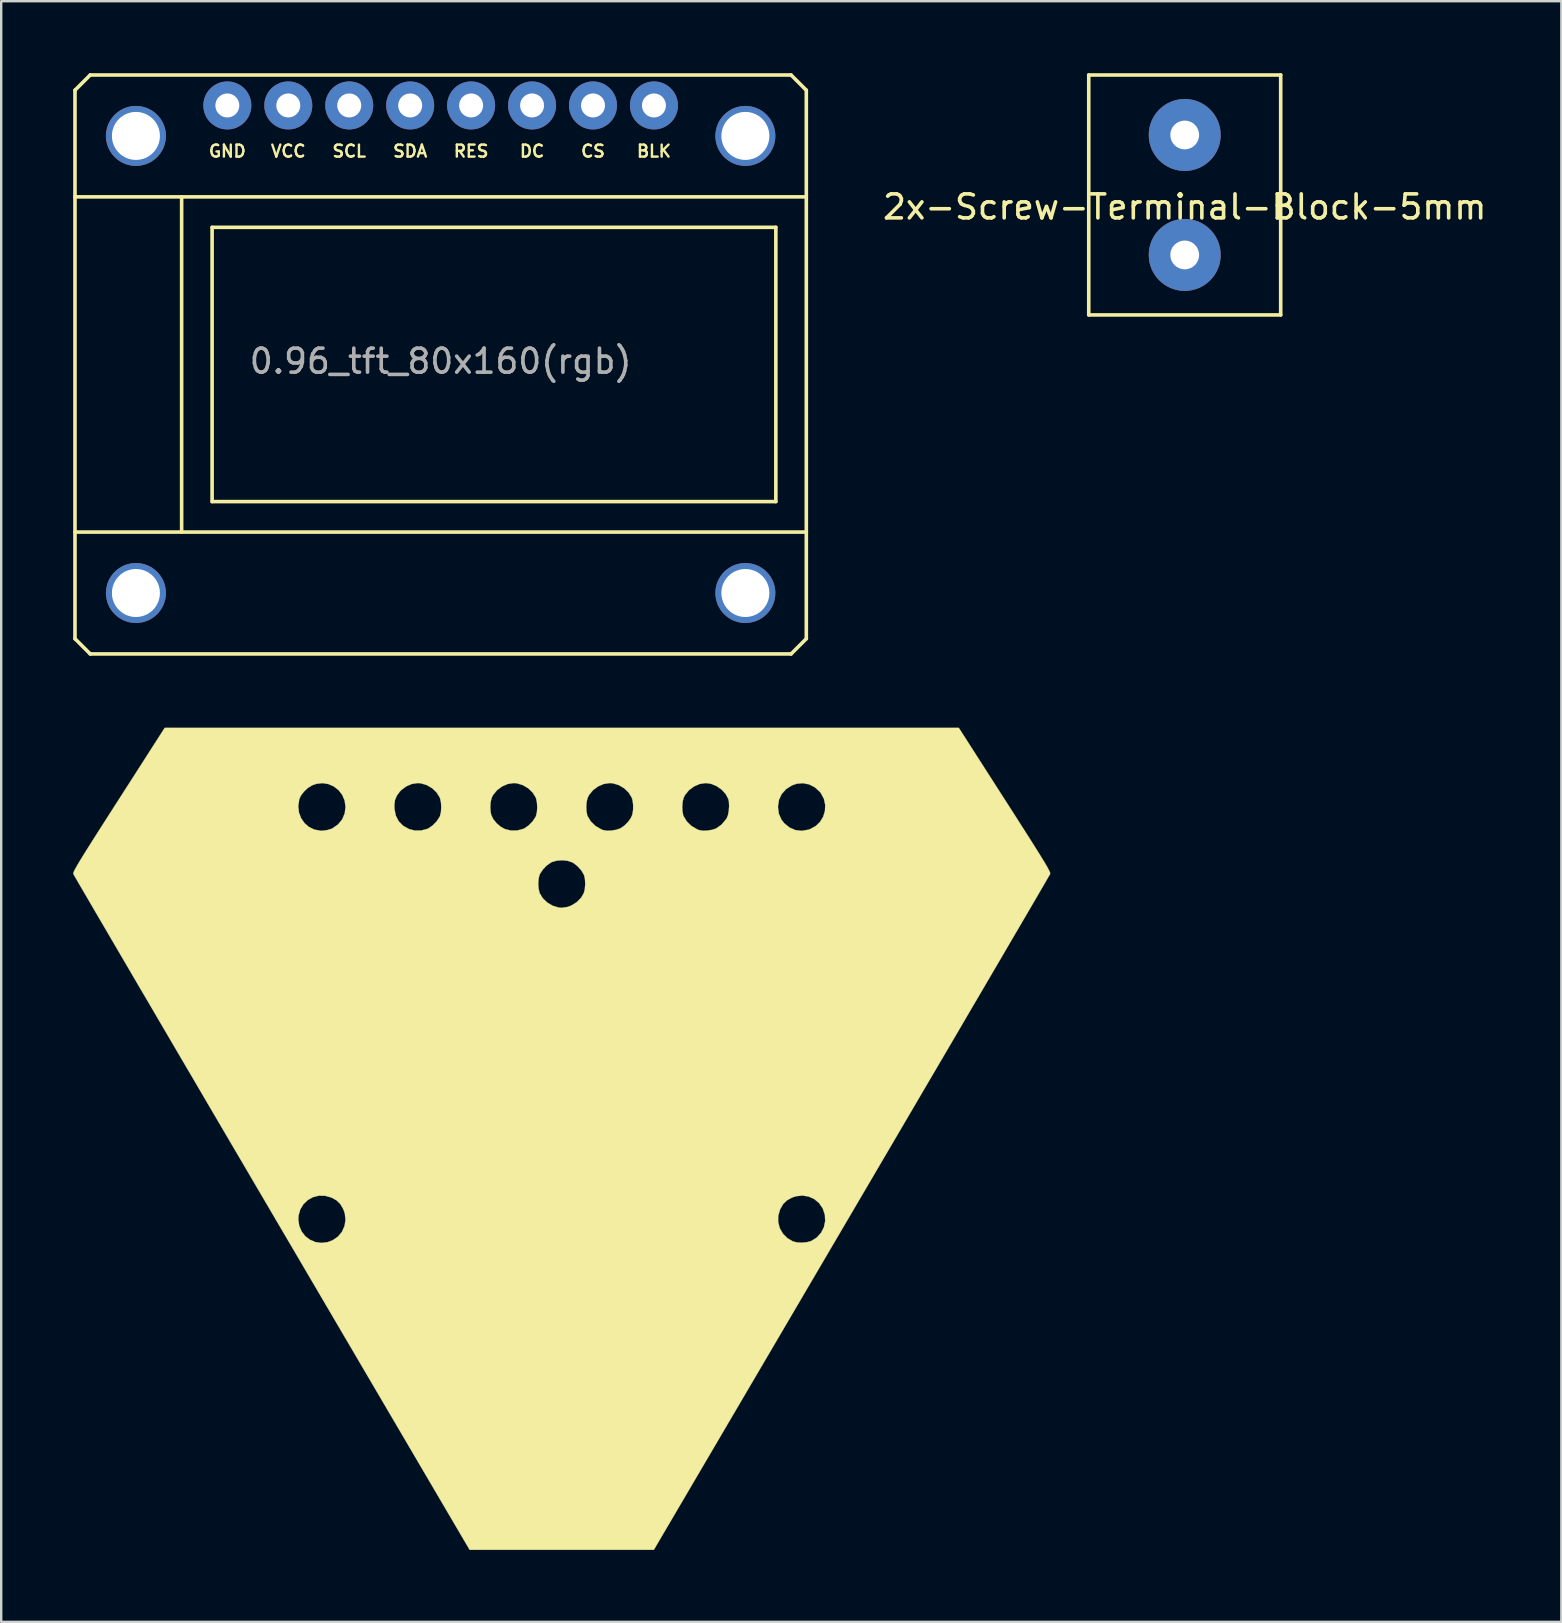
<source format=kicad_pcb>
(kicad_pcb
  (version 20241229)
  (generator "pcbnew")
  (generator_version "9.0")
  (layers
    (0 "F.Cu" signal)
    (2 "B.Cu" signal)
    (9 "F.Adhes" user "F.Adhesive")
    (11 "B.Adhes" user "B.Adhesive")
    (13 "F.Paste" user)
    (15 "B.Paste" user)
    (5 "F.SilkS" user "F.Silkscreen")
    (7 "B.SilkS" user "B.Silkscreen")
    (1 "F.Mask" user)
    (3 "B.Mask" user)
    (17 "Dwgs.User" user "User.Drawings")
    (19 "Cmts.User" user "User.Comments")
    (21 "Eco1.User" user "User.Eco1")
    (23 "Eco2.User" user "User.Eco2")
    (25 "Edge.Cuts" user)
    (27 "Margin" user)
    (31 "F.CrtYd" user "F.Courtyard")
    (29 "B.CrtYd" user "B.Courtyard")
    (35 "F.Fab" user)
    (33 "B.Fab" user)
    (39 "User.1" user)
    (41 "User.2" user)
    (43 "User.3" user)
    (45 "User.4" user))
  (footprint "18650-pcb"
    (layer "F.Cu")
    (at 20.342 44.385)
    (property "Reference" "18650-pcb" (at 0 0 0) (layer "F.SilkS") (effects (font (size 1.524 1.524) (thickness 0.3))))
    (attr through_hole)
    (fp_poly (pts (xy 18.49 -14.103) (xy 18.826 -13.58) (xy 19.12 -13.119) (xy 19.377 -12.717) (xy 19.597 -12.37) (xy 19.784 -12.073) (xy 19.94 -11.824) (xy 20.068 -11.617) (xy 20.17 -11.448) (xy 20.248 -11.314) (xy 20.305 -11.21) (xy 20.344 -11.132) (xy 20.367 -11.076) (xy 20.377 -11.038) (xy 20.376 -11.014) (xy 20.375 -11.012) (xy 20.353 -10.971) (xy 20.291 -10.864) (xy 20.192 -10.692) (xy 20.056 -10.458) (xy 19.885 -10.164) (xy 19.68 -9.813) (xy 19.443 -9.407) (xy 19.174 -8.948) (xy 18.876 -8.439) (xy 18.55 -7.881) (xy 18.197 -7.277) (xy 17.818 -6.63) (xy 17.415 -5.942) (xy 16.988 -5.215) (xy 16.541 -4.45) (xy 16.073 -3.652) (xy 15.586 -2.822) (xy 15.081 -1.962) (xy 14.561 -1.074) (xy 14.026 -0.162) (xy 13.477 0.774) (xy 12.916 1.73) (xy 12.344 2.704) (xy 12.1 3.12) (xy 3.86 17.156) (xy -3.82 17.156) (xy -11.908 3.378) (xy -10.959 3.378) (xy -10.922 3.651) (xy -10.821 3.889) (xy -10.667 4.087) (xy -10.47 4.236) (xy -10.241 4.332) (xy -9.991 4.366) (xy -9.73 4.333) (xy -9.527 4.256) (xy -9.306 4.104) (xy -9.141 3.904) (xy -9.035 3.668) (xy -9.007 3.501) (xy 9.041 3.501) (xy 9.107 3.753) (xy 9.238 3.98) (xy 9.427 4.17) (xy 9.65 4.3) (xy 9.817 4.344) (xy 10.023 4.356) (xy 10.231 4.338) (xy 10.408 4.291) (xy 10.421 4.285) (xy 10.651 4.14) (xy 10.827 3.945) (xy 10.945 3.713) (xy 10.999 3.459) (xy 10.986 3.195) (xy 10.9 2.935) (xy 10.896 2.927) (xy 10.743 2.704) (xy 10.543 2.538) (xy 10.307 2.433) (xy 10.049 2.392) (xy 9.781 2.422) (xy 9.614 2.478) (xy 9.402 2.596) (xy 9.244 2.752) (xy 9.122 2.966) (xy 9.119 2.972) (xy 9.043 3.237) (xy 9.041 3.501) (xy -9.007 3.501) (xy -8.993 3.411) (xy -9.02 3.146) (xy -9.079 2.972) (xy -9.201 2.757) (xy -9.357 2.599) (xy -9.568 2.48) (xy -9.574 2.478) (xy -9.841 2.402) (xy -10.102 2.398) (xy -10.346 2.459) (xy -10.563 2.579) (xy -10.743 2.75) (xy -10.875 2.966) (xy -10.948 3.219) (xy -10.959 3.378) (xy -11.908 3.378) (xy -12.06 3.119) (xy -12.636 2.138) (xy -13.201 1.174) (xy -13.756 0.23) (xy -14.297 -0.693) (xy -14.824 -1.591) (xy -15.335 -2.463) (xy -15.83 -3.306) (xy -16.306 -4.118) (xy -16.762 -4.897) (xy -17.197 -5.64) (xy -17.611 -6.345) (xy -18 -7.01) (xy -18.364 -7.632) (xy -18.702 -8.21) (xy -19.012 -8.74) (xy -19.293 -9.22) (xy -19.544 -9.649) (xy -19.762 -10.024) (xy -19.948 -10.342) (xy -20.099 -10.601) (xy -20.111 -10.621) (xy -0.958 -10.621) (xy -0.947 -10.419) (xy -0.911 -10.245) (xy -0.898 -10.209) (xy -0.769 -9.997) (xy -0.582 -9.818) (xy -0.357 -9.686) (xy -0.112 -9.612) (xy 0.02 -9.601) (xy 0.255 -9.635) (xy 0.42 -9.695) (xy 0.648 -9.839) (xy 0.83 -10.025) (xy 0.938 -10.209) (xy 0.98 -10.369) (xy 0.997 -10.568) (xy 0.99 -10.769) (xy 0.958 -10.939) (xy 0.945 -10.974) (xy 0.838 -11.156) (xy 0.682 -11.33) (xy 0.505 -11.468) (xy 0.464 -11.491) (xy 0.271 -11.557) (xy 0.043 -11.582) (xy -0.189 -11.565) (xy -0.391 -11.507) (xy -0.424 -11.491) (xy -0.602 -11.366) (xy -0.765 -11.198) (xy -0.886 -11.015) (xy -0.905 -10.974) (xy -0.944 -10.818) (xy -0.958 -10.621) (xy -20.111 -10.621) (xy -20.214 -10.799) (xy -20.292 -10.934) (xy -20.331 -11.003) (xy -20.335 -11.012) (xy -20.337 -11.035) (xy -20.329 -11.072) (xy -20.307 -11.126) (xy -20.269 -11.202) (xy -20.213 -11.304) (xy -20.136 -11.436) (xy -20.036 -11.602) (xy -19.911 -11.806) (xy -19.757 -12.053) (xy -19.572 -12.346) (xy -19.354 -12.689) (xy -19.1 -13.087) (xy -18.808 -13.543) (xy -18.615 -13.844) (xy -10.961 -13.844) (xy -10.934 -13.58) (xy -10.845 -13.339) (xy -10.703 -13.133) (xy -10.515 -12.969) (xy -10.289 -12.86) (xy -10.032 -12.813) (xy -9.917 -12.815) (xy -9.757 -12.84) (xy -9.6 -12.885) (xy -9.537 -12.912) (xy -9.304 -13.074) (xy -9.132 -13.284) (xy -9.026 -13.533) (xy -8.992 -13.8) (xy -9.002 -13.876) (xy -6.956 -13.876) (xy -6.951 -13.723) (xy -6.896 -13.442) (xy -6.775 -13.207) (xy -6.59 -13.019) (xy -6.341 -12.88) (xy -6.336 -12.878) (xy -6.094 -12.819) (xy -5.835 -12.823) (xy -5.591 -12.887) (xy -5.533 -12.913) (xy -5.358 -13.035) (xy -5.195 -13.202) (xy -5.074 -13.384) (xy -5.055 -13.426) (xy -5.016 -13.582) (xy -5.002 -13.779) (xy -5.004 -13.808) (xy -2.958 -13.808) (xy -2.944 -13.594) (xy -2.919 -13.475) (xy -2.838 -13.302) (xy -2.701 -13.131) (xy -2.53 -12.983) (xy -2.349 -12.882) (xy -2.097 -12.82) (xy -1.833 -12.823) (xy -1.586 -12.889) (xy -1.533 -12.913) (xy -1.358 -13.035) (xy -1.195 -13.202) (xy -1.074 -13.384) (xy -1.055 -13.426) (xy -1.016 -13.582) (xy -1.002 -13.779) (xy -1.005 -13.832) (xy 1.043 -13.832) (xy 1.05 -13.631) (xy 1.082 -13.461) (xy 1.095 -13.426) (xy 1.229 -13.203) (xy 1.423 -13.014) (xy 1.661 -12.873) (xy 1.76 -12.835) (xy 1.906 -12.813) (xy 2.092 -12.819) (xy 2.283 -12.851) (xy 2.446 -12.904) (xy 2.469 -12.914) (xy 2.628 -13.023) (xy 2.778 -13.173) (xy 2.898 -13.338) (xy 2.96 -13.477) (xy 2.993 -13.674) (xy 2.995 -13.832) (xy 5.043 -13.832) (xy 5.05 -13.631) (xy 5.082 -13.461) (xy 5.095 -13.426) (xy 5.229 -13.203) (xy 5.423 -13.014) (xy 5.661 -12.873) (xy 5.76 -12.835) (xy 5.905 -12.813) (xy 6.089 -12.819) (xy 6.279 -12.849) (xy 6.439 -12.901) (xy 6.463 -12.912) (xy 6.681 -13.068) (xy 6.871 -13.295) (xy 6.899 -13.338) (xy 6.948 -13.463) (xy 6.981 -13.637) (xy 6.993 -13.8) (xy 9.032 -13.8) (xy 9.068 -13.52) (xy 9.175 -13.276) (xy 9.292 -13.127) (xy 9.516 -12.944) (xy 9.763 -12.837) (xy 10.027 -12.808) (xy 10.305 -12.857) (xy 10.371 -12.88) (xy 10.604 -13.006) (xy 10.788 -13.184) (xy 10.917 -13.4) (xy 10.989 -13.64) (xy 11 -13.891) (xy 10.947 -14.139) (xy 10.825 -14.37) (xy 10.772 -14.438) (xy 10.566 -14.624) (xy 10.328 -14.744) (xy 10.072 -14.794) (xy 9.812 -14.771) (xy 9.62 -14.705) (xy 9.373 -14.549) (xy 9.191 -14.348) (xy 9.076 -14.107) (xy 9.032 -13.831) (xy 9.032 -13.8) (xy 6.993 -13.8) (xy 6.995 -13.83) (xy 6.988 -14.01) (xy 6.964 -14.129) (xy 6.855 -14.339) (xy 6.686 -14.524) (xy 6.476 -14.672) (xy 6.242 -14.768) (xy 6.02 -14.799) (xy 5.773 -14.762) (xy 5.535 -14.659) (xy 5.325 -14.504) (xy 5.163 -14.308) (xy 5.102 -14.191) (xy 5.06 -14.031) (xy 5.043 -13.832) (xy 2.995 -13.832) (xy 2.996 -13.89) (xy 2.969 -14.09) (xy 2.938 -14.191) (xy 2.809 -14.403) (xy 2.622 -14.582) (xy 2.397 -14.714) (xy 2.152 -14.788) (xy 2.02 -14.799) (xy 1.773 -14.762) (xy 1.535 -14.659) (xy 1.325 -14.504) (xy 1.163 -14.308) (xy 1.102 -14.191) (xy 1.06 -14.031) (xy 1.043 -13.832) (xy -1.005 -13.832) (xy -1.013 -13.981) (xy -1.049 -14.155) (xy -1.062 -14.191) (xy -1.191 -14.403) (xy -1.378 -14.582) (xy -1.603 -14.714) (xy -1.848 -14.788) (xy -1.98 -14.799) (xy -2.227 -14.762) (xy -2.465 -14.659) (xy -2.675 -14.504) (xy -2.837 -14.308) (xy -2.898 -14.191) (xy -2.942 -14.019) (xy -2.958 -13.808) (xy -5.004 -13.808) (xy -5.013 -13.981) (xy -5.049 -14.155) (xy -5.062 -14.191) (xy -5.191 -14.403) (xy -5.378 -14.582) (xy -5.603 -14.714) (xy -5.848 -14.788) (xy -5.98 -14.799) (xy -6.226 -14.762) (xy -6.465 -14.659) (xy -6.675 -14.5) (xy -6.731 -14.44) (xy -6.859 -14.262) (xy -6.932 -14.083) (xy -6.956 -13.876) (xy -9.002 -13.876) (xy -9.028 -14.068) (xy -9.128 -14.305) (xy -9.281 -14.503) (xy -9.476 -14.656) (xy -9.702 -14.756) (xy -9.948 -14.796) (xy -10.203 -14.768) (xy -10.382 -14.705) (xy -10.563 -14.593) (xy -10.727 -14.439) (xy -10.855 -14.268) (xy -10.92 -14.123) (xy -10.961 -13.844) (xy -18.615 -13.844) (xy -18.475 -14.063) (xy -18.449 -14.103) (xy -16.528 -17.1) (xy 16.569 -17.1) (xy 18.49 -14.103)) (stroke (width 0.01) (type solid)) (fill yes) (layer "F.SilkS")))
  (footprint "2x-Screw-Terminal-Block-5mm"
    (layer "F.Cu")
    (at 46.326 5.075)
    (property "Reference" "2x-Screw-Terminal-Block-5mm" (at 0 0.5 0) (layer "F.SilkS") (effects (font (size 1 1) (thickness 0.15))))
    (attr through_hole)
    (fp_line (start -4 -5) (end -4 5) (stroke (width 0.15) (type solid)) (layer "F.SilkS"))
    (fp_line (start -4 -5) (end 4 -5) (stroke (width 0.15) (type solid)) (layer "F.SilkS"))
    (fp_line (start 4 -5) (end 4 5) (stroke (width 0.15) (type solid)) (layer "F.SilkS"))
    (fp_line (start 4 5) (end -4 5) (stroke (width 0.15) (type solid)) (layer "F.SilkS"))
    (pad "1" thru_hole circle (at 0 -2.5) (size 3 3) (drill 1.2) (layers "*.Cu" "*.Mask"))
    (pad "2" thru_hole circle (at 0 2.5) (size 3 3) (drill 1.2) (layers "*.Cu" "*.Mask")))
  (footprint "0.96_tft_80x160(rgb)"
    (layer "F.Cu")
    (at 15.315 12.14)
    (property "Reference" "0.96_tft_80x160(rgb)" (at 0 -0.135 0) (layer "F.Fab") (effects (font (size 1 1) (thickness 0.15))))
    (attr through_hole)
    (fp_line (start -15.24 6.985) (end 15.24 6.985) (stroke (width 0.15) (type solid)) (layer "F.SilkS"))
    (fp_line (start -15.24 11.43) (end -15.24 -11.43) (stroke (width 0.15) (type solid)) (layer "F.SilkS"))
    (fp_line (start -15.24 11.43) (end -14.605 12.065) (stroke (width 0.15) (type solid)) (layer "F.SilkS"))
    (fp_line (start -14.605 -12.065) (end -15.24 -11.43) (stroke (width 0.15) (type solid)) (layer "F.SilkS"))
    (fp_line (start -14.605 -12.065) (end 14.605 -12.065) (stroke (width 0.15) (type solid)) (layer "F.SilkS"))
    (fp_line (start -10.795 -6.985) (end -10.795 6.985) (stroke (width 0.15) (type solid)) (layer "F.SilkS"))
    (fp_line (start -9.525 -5.715) (end 13.97 -5.715) (stroke (width 0.15) (type solid)) (layer "F.SilkS"))
    (fp_line (start -9.525 5.715) (end -9.525 -5.715) (stroke (width 0.15) (type solid)) (layer "F.SilkS"))
    (fp_line (start 13.97 -5.715) (end 13.97 5.715) (stroke (width 0.15) (type solid)) (layer "F.SilkS"))
    (fp_line (start 13.97 5.715) (end -9.525 5.715) (stroke (width 0.15) (type solid)) (layer "F.SilkS"))
    (fp_line (start 14.605 -12.065) (end 15.24 -11.43) (stroke (width 0.15) (type solid)) (layer "F.SilkS"))
    (fp_line (start 14.605 12.065) (end -14.605 12.065) (stroke (width 0.15) (type solid)) (layer "F.SilkS"))
    (fp_line (start 14.605 12.065) (end 15.24 11.43) (stroke (width 0.15) (type solid)) (layer "F.SilkS"))
    (fp_line (start 15.24 -11.43) (end 15.24 11.43) (stroke (width 0.15) (type solid)) (layer "F.SilkS"))
    (fp_line (start 15.24 -6.985) (end -15.24 -6.985) (stroke (width 0.15) (type solid)) (layer "F.SilkS"))
    (fp_text user "SDA" (at -1.27 -8.89 0) (layer "F.SilkS") (effects (font (size 0.5 0.5) (thickness 0.1))))
    (fp_text user "DC" (at 3.81 -8.89 0) (layer "F.SilkS") (effects (font (size 0.5 0.5) (thickness 0.1))))
    (fp_text user "BLK" (at 8.89 -8.89 0) (layer "F.SilkS") (effects (font (size 0.5 0.5) (thickness 0.1))))
    (fp_text user "VCC" (at -6.35 -8.89 0) (layer "F.SilkS") (effects (font (size 0.5 0.5) (thickness 0.1))))
    (fp_text user "RES" (at 1.27 -8.89 0) (layer "F.SilkS") (effects (font (size 0.5 0.5) (thickness 0.1))))
    (fp_text user "GND" (at -8.89 -8.89 0) (layer "F.SilkS") (effects (font (size 0.5 0.5) (thickness 0.1))))
    (fp_text user "CS" (at 6.35 -8.89 0) (layer "F.SilkS") (effects (font (size 0.5 0.5) (thickness 0.1))))
    (fp_text user "SCL" (at -3.81 -8.89 0) (layer "F.SilkS") (effects (font (size 0.5 0.5) (thickness 0.1))))
    (pad "" np_thru_hole circle (at -12.7 -9.525) (size 2.5 2.5) (drill 2) (layers "*.Cu" "*.Mask"))
    (pad "" np_thru_hole circle (at -12.7 9.525) (size 2.5 2.5) (drill 2) (layers "*.Cu" "*.Mask"))
    (pad "" np_thru_hole circle (at 12.7 -9.525) (size 2.5 2.5) (drill 2) (layers "*.Cu" "*.Mask"))
    (pad "" np_thru_hole circle (at 12.7 9.525) (size 2.5 2.5) (drill 2) (layers "*.Cu" "*.Mask"))
    (pad "1" thru_hole circle (at -8.89 -10.795) (size 2 2) (drill 1) (layers "*.Cu" "*.Mask"))
    (pad "2" thru_hole circle (at -6.35 -10.795) (size 2 2) (drill 1) (layers "*.Cu" "*.Mask"))
    (pad "3" thru_hole circle (at -3.81 -10.795) (size 2 2) (drill 1) (layers "*.Cu" "*.Mask"))
    (pad "4" thru_hole circle (at -1.27 -10.795) (size 2 2) (drill 1) (layers "*.Cu" "*.Mask"))
    (pad "5" thru_hole circle (at 1.27 -10.795) (size 2 2) (drill 1) (layers "*.Cu" "*.Mask"))
    (pad "6" thru_hole circle (at 3.81 -10.795) (size 2 2) (drill 1) (layers "*.Cu" "*.Mask"))
    (pad "7" thru_hole circle (at 6.35 -10.795) (size 2 2) (drill 1) (layers "*.Cu" "*.Mask"))
    (pad "8" thru_hole circle (at 8.89 -10.795) (size 2 2) (drill 1) (layers "*.Cu" "*.Mask")))
  (gr_rect
    (start -3 -3)
    (end 62.023 64.546)
    (stroke (width 0.1) (type default))
    (fill no)
    (layer "Edge.Cuts")))
</source>
